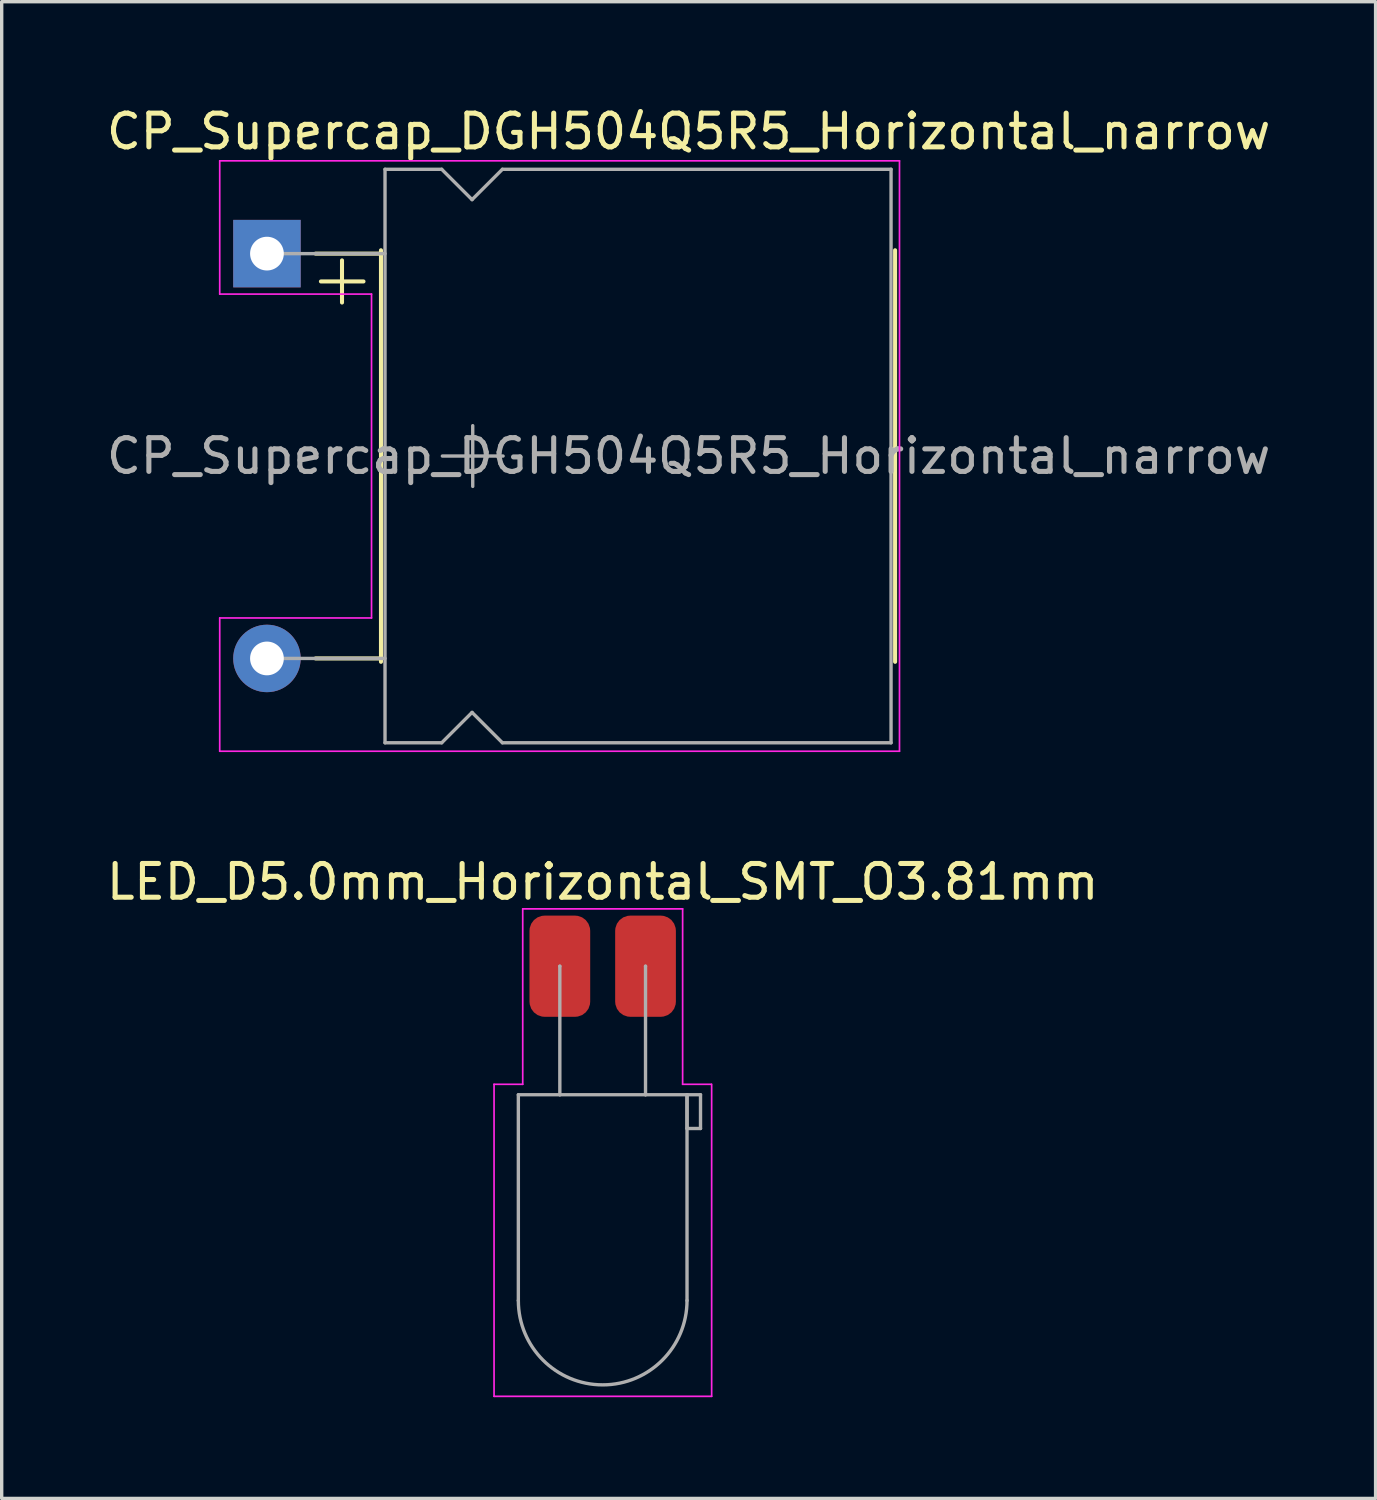
<source format=kicad_pcb>
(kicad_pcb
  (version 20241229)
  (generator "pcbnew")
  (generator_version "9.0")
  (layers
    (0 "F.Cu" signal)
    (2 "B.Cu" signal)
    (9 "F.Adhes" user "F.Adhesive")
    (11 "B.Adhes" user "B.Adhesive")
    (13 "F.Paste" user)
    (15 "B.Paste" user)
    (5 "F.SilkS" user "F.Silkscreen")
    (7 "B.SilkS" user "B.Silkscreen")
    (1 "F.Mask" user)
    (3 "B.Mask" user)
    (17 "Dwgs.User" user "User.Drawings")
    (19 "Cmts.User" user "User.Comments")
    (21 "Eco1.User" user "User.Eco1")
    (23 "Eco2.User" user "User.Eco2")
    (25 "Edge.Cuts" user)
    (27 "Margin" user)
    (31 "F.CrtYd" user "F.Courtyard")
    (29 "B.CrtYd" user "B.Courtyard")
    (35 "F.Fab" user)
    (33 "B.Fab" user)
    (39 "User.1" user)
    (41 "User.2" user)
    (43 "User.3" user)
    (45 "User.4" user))
  (footprint "LED_D5.0mm_Horizontal_SMT_O3.81mm"
    (layer "F.Cu")
    (at 14.815 25.591)
    (property "Reference" "LED_D5.0mm_Horizontal_SMT_O3.81mm" (at 0 -2.5 0) (layer "F.SilkS") (effects (font (size 1 1) (thickness 0.15))))
    (attr smd)
    (fp_line (start -3.22 3.5) (end -3.22 12.75) (stroke (width 0.05) (type solid)) (layer "F.CrtYd"))
    (fp_line (start -3.22 12.75) (end 3.23 12.75) (stroke (width 0.05) (type solid)) (layer "F.CrtYd"))
    (fp_line (start -2.37 -1.7) (end -2.37 3.5) (stroke (width 0.05) (type solid)) (layer "F.CrtYd"))
    (fp_line (start -2.37 3.5) (end -3.22 3.5) (stroke (width 0.05) (type solid)) (layer "F.CrtYd"))
    (fp_line (start 2.37 -1.7) (end -2.37 -1.7) (stroke (width 0.05) (type solid)) (layer "F.CrtYd"))
    (fp_line (start 2.37 -1.7) (end 2.37 3.5) (stroke (width 0.05) (type solid)) (layer "F.CrtYd"))
    (fp_line (start 3.22 3.5) (end 2.37 3.5) (stroke (width 0.05) (type solid)) (layer "F.CrtYd"))
    (fp_line (start 3.23 12.75) (end 3.23 3.5) (stroke (width 0.05) (type solid)) (layer "F.CrtYd"))
    (fp_line (start -2.5 3.81) (end -2.5 9.91) (stroke (width 0.1) (type solid)) (layer "F.Fab"))
    (fp_line (start -2.5 3.81) (end 2.5 3.81) (stroke (width 0.1) (type solid)) (layer "F.Fab"))
    (fp_line (start -1.27 0) (end -1.27 0) (stroke (width 0.1) (type solid)) (layer "F.Fab"))
    (fp_line (start -1.27 3.81) (end -1.27 0) (stroke (width 0.1) (type solid)) (layer "F.Fab"))
    (fp_line (start -1.27 3.81) (end -1.27 3.81) (stroke (width 0.1) (type solid)) (layer "F.Fab"))
    (fp_line (start 1.27 0) (end 1.27 0) (stroke (width 0.1) (type solid)) (layer "F.Fab"))
    (fp_line (start 1.27 3.81) (end 1.27 0) (stroke (width 0.1) (type solid)) (layer "F.Fab"))
    (fp_line (start 1.27 3.81) (end 1.27 3.81) (stroke (width 0.1) (type solid)) (layer "F.Fab"))
    (fp_line (start 2.5 3.81) (end 2.5 9.91) (stroke (width 0.1) (type solid)) (layer "F.Fab"))
    (fp_line (start 2.5 3.81) (end 2.9 3.81) (stroke (width 0.1) (type solid)) (layer "F.Fab"))
    (fp_line (start 2.5 4.81) (end 2.5 3.81) (stroke (width 0.1) (type solid)) (layer "F.Fab"))
    (fp_line (start 2.9 3.81) (end 2.9 4.81) (stroke (width 0.1) (type solid)) (layer "F.Fab"))
    (fp_line (start 2.9 4.81) (end 2.5 4.81) (stroke (width 0.1) (type solid)) (layer "F.Fab"))
    (fp_arc (start 2.5 9.91) (mid 0 12.41) (end -2.5 9.91) (stroke (width 0.1) (type solid)) (layer "F.Fab"))
    (pad "1" smd roundrect (at -1.27 0) (size 1.8 3) (layers "F.Cu" "F.Mask" "F.Paste") (roundrect_rratio 0.25))
    (pad "2" smd roundrect (at 1.27 0) (size 1.8 3) (layers "F.Cu" "F.Mask" "F.Paste") (roundrect_rratio 0.25)))
  (footprint "CP_Supercap_DGH504Q5R5_Horizontal_narrow"
    (layer "F.Cu")
    (at 4.863 10.468)
    (property "Reference" "CP_Supercap_DGH504Q5R5_Horizontal_narrow" (at 12.5 -9.62 0) (layer "F.SilkS") (effects (font (size 1 1) (thickness 0.15))))
    (attr through_hole)
    (fp_line (start 1.44 -6) (end 3.38 -6) (stroke (width 0.12) (type solid)) (layer "F.SilkS"))
    (fp_line (start 1.44 6) (end 3.38 6) (stroke (width 0.12) (type solid)) (layer "F.SilkS"))
    (fp_line (start 1.6 -5.175) (end 2.862 -5.175) (stroke (width 0.12) (type solid)) (layer "F.SilkS"))
    (fp_line (start 2.225 -5.8) (end 2.225 -4.55) (stroke (width 0.12) (type solid)) (layer "F.SilkS"))
    (fp_line (start 3.38 -6.1) (end 3.38 6.1) (stroke (width 0.12) (type solid)) (layer "F.SilkS"))
    (fp_line (start 18.62 -6.1) (end 18.62 6.1) (stroke (width 0.12) (type solid)) (layer "F.SilkS"))
    (fp_line (start -1.4 -8.75) (end -1.4 -4.8) (stroke (width 0.05) (type solid)) (layer "F.CrtYd"))
    (fp_line (start -1.4 4.8) (end -1.4 8.75) (stroke (width 0.05) (type solid)) (layer "F.CrtYd"))
    (fp_line (start -1.4 8.75) (end 18.75 8.75) (stroke (width 0.05) (type solid)) (layer "F.CrtYd"))
    (fp_line (start 3.1 -4.8) (end -1.4 -4.8) (stroke (width 0.05) (type solid)) (layer "F.CrtYd"))
    (fp_line (start 3.1 -4.8) (end 3.1 4.8) (stroke (width 0.05) (type solid)) (layer "F.CrtYd"))
    (fp_line (start 3.1 4.8) (end -1.4 4.8) (stroke (width 0.05) (type solid)) (layer "F.CrtYd"))
    (fp_line (start 18.75 -8.75) (end -1.4 -8.75) (stroke (width 0.05) (type solid)) (layer "F.CrtYd"))
    (fp_line (start 18.75 8.75) (end 18.75 -8.75) (stroke (width 0.05) (type solid)) (layer "F.CrtYd"))
    (fp_line (start 0 -6) (end 3.5 -6) (stroke (width 0.1) (type solid)) (layer "F.Fab"))
    (fp_line (start 0 6) (end 3.5 6) (stroke (width 0.1) (type solid)) (layer "F.Fab"))
    (fp_line (start 3.5 -8.5) (end 3.5 8.5) (stroke (width 0.1) (type solid)) (layer "F.Fab"))
    (fp_line (start 3.5 -8.5) (end 5.18 -8.5) (stroke (width 0.1) (type solid)) (layer "F.Fab"))
    (fp_line (start 3.5 8.5) (end 5.18 8.5) (stroke (width 0.1) (type solid)) (layer "F.Fab"))
    (fp_line (start 5.18 -8.5) (end 6.08 -7.6) (stroke (width 0.1) (type solid)) (layer "F.Fab"))
    (fp_line (start 5.18 8.5) (end 6.08 7.6) (stroke (width 0.1) (type solid)) (layer "F.Fab"))
    (fp_line (start 5.2 0) (end 7 0) (stroke (width 0.1) (type solid)) (layer "F.Fab"))
    (fp_line (start 6.08 -7.6) (end 6.98 -8.5) (stroke (width 0.1) (type solid)) (layer "F.Fab"))
    (fp_line (start 6.08 7.6) (end 6.98 8.5) (stroke (width 0.1) (type solid)) (layer "F.Fab"))
    (fp_line (start 6.1 -0.9) (end 6.1 0.9) (stroke (width 0.1) (type solid)) (layer "F.Fab"))
    (fp_line (start 6.98 -8.5) (end 18.5 -8.5) (stroke (width 0.1) (type solid)) (layer "F.Fab"))
    (fp_line (start 6.98 8.5) (end 18.5 8.5) (stroke (width 0.1) (type solid)) (layer "F.Fab"))
    (fp_line (start 18.5 -8.5) (end 18.5 8.5) (stroke (width 0.1) (type solid)) (layer "F.Fab"))
    (fp_text user "${REFERENCE}" (at 12.5 0 0) (layer "F.Fab") (effects (font (size 1 1) (thickness 0.15))))
    (pad "1" thru_hole rect (at 0 -6) (size 2 2) (drill 1) (layers "*.Cu" "*.Mask"))
    (pad "2" thru_hole oval (at 0 6) (size 2 2) (drill 1) (layers "*.Cu" "*.Mask")))
  (gr_rect
    (start -3 -3)
    (end 37.726 41.367)
    (stroke (width 0.1) (type default))
    (fill no)
    (layer "Edge.Cuts")))
</source>
